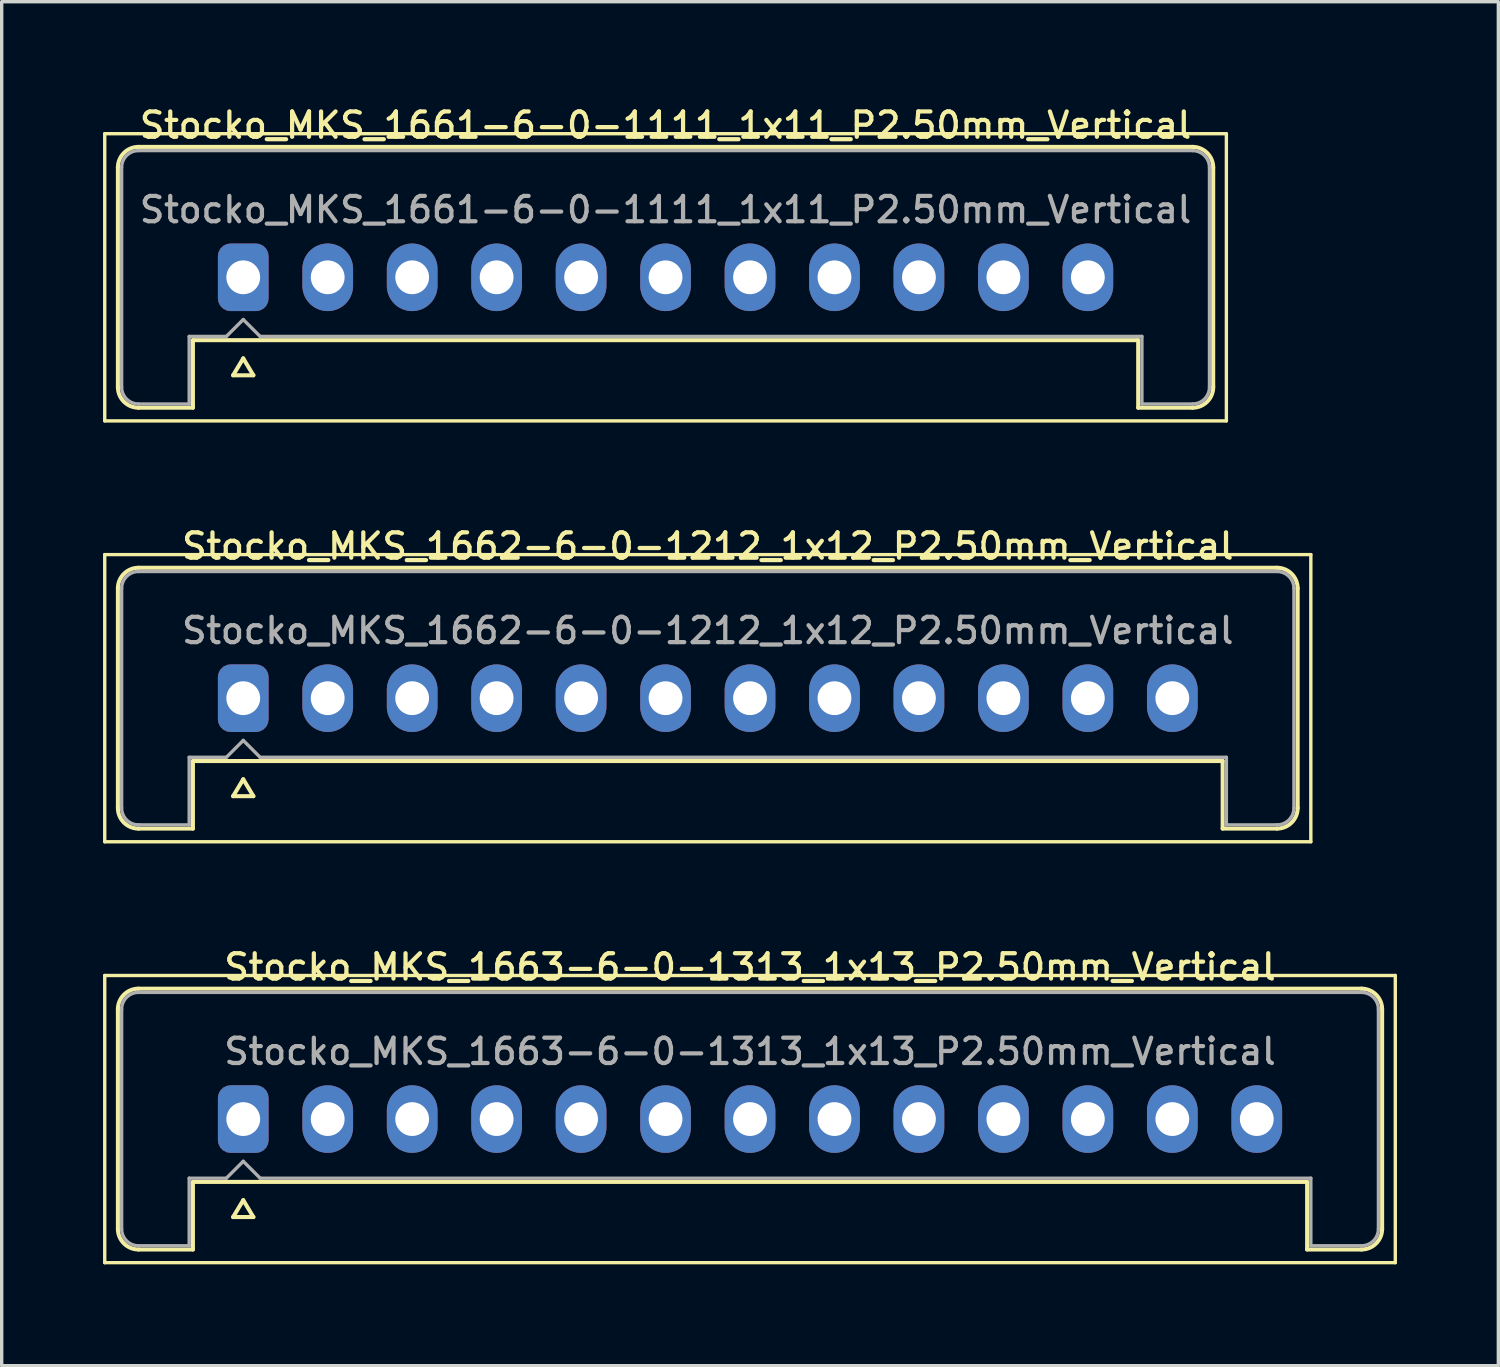
<source format=kicad_pcb>
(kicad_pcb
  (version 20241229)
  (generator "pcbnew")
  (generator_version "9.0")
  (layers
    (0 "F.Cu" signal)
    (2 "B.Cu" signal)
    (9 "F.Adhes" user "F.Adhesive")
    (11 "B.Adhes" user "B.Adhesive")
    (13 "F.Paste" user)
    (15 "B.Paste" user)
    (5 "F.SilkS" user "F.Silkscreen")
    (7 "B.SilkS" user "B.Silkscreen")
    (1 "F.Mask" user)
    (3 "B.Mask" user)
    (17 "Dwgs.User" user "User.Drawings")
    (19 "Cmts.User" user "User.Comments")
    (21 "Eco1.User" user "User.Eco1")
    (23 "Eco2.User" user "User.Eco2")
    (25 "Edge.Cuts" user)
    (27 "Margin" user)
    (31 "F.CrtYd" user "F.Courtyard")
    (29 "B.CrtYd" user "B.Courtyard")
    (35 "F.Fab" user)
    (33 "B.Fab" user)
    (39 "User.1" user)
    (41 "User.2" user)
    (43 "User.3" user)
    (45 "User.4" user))
  (footprint "Stocko_MKS_1663-6-0-1313_1x13_P2.50mm_Vertical"
    (layer "F.Cu")
    (at 4.15 30.074)
    (property "Reference" "Stocko_MKS_1663-6-0-1313_1x13_P2.50mm_Vertical" (at 15 -4.5 0) (layer "F.SilkS") (effects (font (size 0.75 0.75) (thickness 0.125))))
    (attr through_hole)
    (fp_line (start -4.1 -4.25) (end -4.1 4.25) (stroke (width 0.1) (type solid)) (layer "F.SilkS"))
    (fp_line (start -4.1 4.25) (end 34.1 4.25) (stroke (width 0.1) (type solid)) (layer "F.SilkS"))
    (fp_line (start -3.71 -3.25) (end -3.71 3.25) (stroke (width 0.12) (type solid)) (layer "F.SilkS"))
    (fp_line (start -3.1 -3.86) (end 33.1 -3.86) (stroke (width 0.12) (type solid)) (layer "F.SilkS"))
    (fp_line (start -3.1 3.86) (end -1.49 3.86) (stroke (width 0.12) (type solid)) (layer "F.SilkS"))
    (fp_line (start -1.49 1.86) (end 31.49 1.86) (stroke (width 0.12) (type solid)) (layer "F.SilkS"))
    (fp_line (start -1.49 3.86) (end -1.49 1.86) (stroke (width 0.12) (type solid)) (layer "F.SilkS"))
    (fp_line (start -0.3 2.9) (end 0.3 2.9) (stroke (width 0.12) (type solid)) (layer "F.SilkS"))
    (fp_line (start 0 2.4) (end -0.3 2.9) (stroke (width 0.12) (type solid)) (layer "F.SilkS"))
    (fp_line (start 0.3 2.9) (end 0 2.4) (stroke (width 0.12) (type solid)) (layer "F.SilkS"))
    (fp_line (start 31.49 3.86) (end 31.49 1.86) (stroke (width 0.12) (type solid)) (layer "F.SilkS"))
    (fp_line (start 33.1 3.86) (end 31.49 3.86) (stroke (width 0.12) (type solid)) (layer "F.SilkS"))
    (fp_line (start 33.71 -3.25) (end 33.71 3.25) (stroke (width 0.12) (type solid)) (layer "F.SilkS"))
    (fp_line (start 34.1 -4.25) (end -4.1 -4.25) (stroke (width 0.1) (type solid)) (layer "F.SilkS"))
    (fp_line (start 34.1 4.25) (end 34.1 -4.25) (stroke (width 0.1) (type solid)) (layer "F.SilkS"))
    (fp_arc (start -3.71 -3.25) (mid -3.531335 -3.681335) (end -3.1 -3.86) (stroke (width 0.12) (type solid)) (layer "F.SilkS"))
    (fp_arc (start -3.1 3.86) (mid -3.531335 3.681335) (end -3.71 3.25) (stroke (width 0.12) (type solid)) (layer "F.SilkS"))
    (fp_arc (start 33.1 -3.86) (mid 33.531335 -3.681335) (end 33.71 -3.25) (stroke (width 0.12) (type solid)) (layer "F.SilkS"))
    (fp_arc (start 33.71 3.25) (mid 33.531335 3.681335) (end 33.1 3.86) (stroke (width 0.12) (type solid)) (layer "F.SilkS"))
    (fp_line (start -3.6 -3.25) (end -3.6 3.25) (stroke (width 0.1) (type solid)) (layer "F.Fab"))
    (fp_line (start -3.1 -3.75) (end 33.1 -3.75) (stroke (width 0.1) (type solid)) (layer "F.Fab"))
    (fp_line (start -3.1 3.75) (end -1.6 3.75) (stroke (width 0.1) (type solid)) (layer "F.Fab"))
    (fp_line (start -1.6 1.75) (end -0.5 1.75) (stroke (width 0.1) (type solid)) (layer "F.Fab"))
    (fp_line (start -1.6 3.75) (end -1.6 1.75) (stroke (width 0.1) (type solid)) (layer "F.Fab"))
    (fp_line (start -0.5 1.75) (end 0 1.25) (stroke (width 0.1) (type solid)) (layer "F.Fab"))
    (fp_line (start 0 1.25) (end 0.5 1.75) (stroke (width 0.1) (type solid)) (layer "F.Fab"))
    (fp_line (start 0.5 1.75) (end 31.6 1.75) (stroke (width 0.1) (type solid)) (layer "F.Fab"))
    (fp_line (start 31.6 3.75) (end 31.6 1.75) (stroke (width 0.1) (type solid)) (layer "F.Fab"))
    (fp_line (start 33.1 3.75) (end 31.6 3.75) (stroke (width 0.1) (type solid)) (layer "F.Fab"))
    (fp_line (start 33.6 -3.25) (end 33.6 3.25) (stroke (width 0.1) (type solid)) (layer "F.Fab"))
    (fp_arc (start -3.6 -3.25) (mid -3.453553 -3.603553) (end -3.1 -3.75) (stroke (width 0.1) (type solid)) (layer "F.Fab"))
    (fp_arc (start -3.1 3.75) (mid -3.453553 3.603553) (end -3.6 3.25) (stroke (width 0.1) (type solid)) (layer "F.Fab"))
    (fp_arc (start 33.1 -3.75) (mid 33.453553 -3.603553) (end 33.6 -3.25) (stroke (width 0.1) (type solid)) (layer "F.Fab"))
    (fp_arc (start 33.6 3.25) (mid 33.453553 3.603553) (end 33.1 3.75) (stroke (width 0.1) (type solid)) (layer "F.Fab"))
    (fp_text user "${REFERENCE}" (at 15 -2 0) (layer "F.Fab") (effects (font (size 0.75 0.75) (thickness 0.125))))
    (pad "1" thru_hole roundrect (at 0 0) (size 1.5 2) (drill 1) (layers "*.Cu" "*.Mask") (roundrect_rratio 0.25))
    (pad "2" thru_hole oval (at 2.5 0) (size 1.5 2) (drill 1) (layers "*.Cu" "*.Mask"))
    (pad "3" thru_hole oval (at 5 0) (size 1.5 2) (drill 1) (layers "*.Cu" "*.Mask"))
    (pad "4" thru_hole oval (at 7.5 0) (size 1.5 2) (drill 1) (layers "*.Cu" "*.Mask"))
    (pad "5" thru_hole oval (at 10 0) (size 1.5 2) (drill 1) (layers "*.Cu" "*.Mask"))
    (pad "6" thru_hole oval (at 12.5 0) (size 1.5 2) (drill 1) (layers "*.Cu" "*.Mask"))
    (pad "7" thru_hole oval (at 15 0) (size 1.5 2) (drill 1) (layers "*.Cu" "*.Mask"))
    (pad "8" thru_hole oval (at 17.5 0) (size 1.5 2) (drill 1) (layers "*.Cu" "*.Mask"))
    (pad "9" thru_hole oval (at 20 0) (size 1.5 2) (drill 1) (layers "*.Cu" "*.Mask"))
    (pad "10" thru_hole oval (at 22.5 0) (size 1.5 2) (drill 1) (layers "*.Cu" "*.Mask"))
    (pad "11" thru_hole oval (at 25 0) (size 1.5 2) (drill 1) (layers "*.Cu" "*.Mask"))
    (pad "12" thru_hole oval (at 27.5 0) (size 1.5 2) (drill 1) (layers "*.Cu" "*.Mask"))
    (pad "13" thru_hole oval (at 30 0) (size 1.5 2) (drill 1) (layers "*.Cu" "*.Mask")))
  (footprint "Stocko_MKS_1661-6-0-1111_1x11_P2.50mm_Vertical"
    (layer "F.Cu")
    (at 4.15 5.158)
    (property "Reference" "Stocko_MKS_1661-6-0-1111_1x11_P2.50mm_Vertical" (at 12.5 -4.5 0) (layer "F.SilkS") (effects (font (size 0.75 0.75) (thickness 0.125))))
    (attr through_hole)
    (fp_line (start -4.1 -4.25) (end -4.1 4.25) (stroke (width 0.1) (type solid)) (layer "F.SilkS"))
    (fp_line (start -4.1 4.25) (end 29.1 4.25) (stroke (width 0.1) (type solid)) (layer "F.SilkS"))
    (fp_line (start -3.71 -3.25) (end -3.71 3.25) (stroke (width 0.12) (type solid)) (layer "F.SilkS"))
    (fp_line (start -3.1 -3.86) (end 28.1 -3.86) (stroke (width 0.12) (type solid)) (layer "F.SilkS"))
    (fp_line (start -3.1 3.86) (end -1.49 3.86) (stroke (width 0.12) (type solid)) (layer "F.SilkS"))
    (fp_line (start -1.49 1.86) (end 26.49 1.86) (stroke (width 0.12) (type solid)) (layer "F.SilkS"))
    (fp_line (start -1.49 3.86) (end -1.49 1.86) (stroke (width 0.12) (type solid)) (layer "F.SilkS"))
    (fp_line (start -0.3 2.9) (end 0.3 2.9) (stroke (width 0.12) (type solid)) (layer "F.SilkS"))
    (fp_line (start 0 2.4) (end -0.3 2.9) (stroke (width 0.12) (type solid)) (layer "F.SilkS"))
    (fp_line (start 0.3 2.9) (end 0 2.4) (stroke (width 0.12) (type solid)) (layer "F.SilkS"))
    (fp_line (start 26.49 3.86) (end 26.49 1.86) (stroke (width 0.12) (type solid)) (layer "F.SilkS"))
    (fp_line (start 28.1 3.86) (end 26.49 3.86) (stroke (width 0.12) (type solid)) (layer "F.SilkS"))
    (fp_line (start 28.71 -3.25) (end 28.71 3.25) (stroke (width 0.12) (type solid)) (layer "F.SilkS"))
    (fp_line (start 29.1 -4.25) (end -4.1 -4.25) (stroke (width 0.1) (type solid)) (layer "F.SilkS"))
    (fp_line (start 29.1 4.25) (end 29.1 -4.25) (stroke (width 0.1) (type solid)) (layer "F.SilkS"))
    (fp_arc (start -3.71 -3.25) (mid -3.531335 -3.681335) (end -3.1 -3.86) (stroke (width 0.12) (type solid)) (layer "F.SilkS"))
    (fp_arc (start -3.1 3.86) (mid -3.531335 3.681335) (end -3.71 3.25) (stroke (width 0.12) (type solid)) (layer "F.SilkS"))
    (fp_arc (start 28.1 -3.86) (mid 28.531335 -3.681335) (end 28.71 -3.25) (stroke (width 0.12) (type solid)) (layer "F.SilkS"))
    (fp_arc (start 28.71 3.25) (mid 28.531335 3.681335) (end 28.1 3.86) (stroke (width 0.12) (type solid)) (layer "F.SilkS"))
    (fp_line (start -3.6 -3.25) (end -3.6 3.25) (stroke (width 0.1) (type solid)) (layer "F.Fab"))
    (fp_line (start -3.1 -3.75) (end 28.1 -3.75) (stroke (width 0.1) (type solid)) (layer "F.Fab"))
    (fp_line (start -3.1 3.75) (end -1.6 3.75) (stroke (width 0.1) (type solid)) (layer "F.Fab"))
    (fp_line (start -1.6 1.75) (end -0.5 1.75) (stroke (width 0.1) (type solid)) (layer "F.Fab"))
    (fp_line (start -1.6 3.75) (end -1.6 1.75) (stroke (width 0.1) (type solid)) (layer "F.Fab"))
    (fp_line (start -0.5 1.75) (end 0 1.25) (stroke (width 0.1) (type solid)) (layer "F.Fab"))
    (fp_line (start 0 1.25) (end 0.5 1.75) (stroke (width 0.1) (type solid)) (layer "F.Fab"))
    (fp_line (start 0.5 1.75) (end 26.6 1.75) (stroke (width 0.1) (type solid)) (layer "F.Fab"))
    (fp_line (start 26.6 3.75) (end 26.6 1.75) (stroke (width 0.1) (type solid)) (layer "F.Fab"))
    (fp_line (start 28.1 3.75) (end 26.6 3.75) (stroke (width 0.1) (type solid)) (layer "F.Fab"))
    (fp_line (start 28.6 -3.25) (end 28.6 3.25) (stroke (width 0.1) (type solid)) (layer "F.Fab"))
    (fp_arc (start -3.6 -3.25) (mid -3.453553 -3.603553) (end -3.1 -3.75) (stroke (width 0.1) (type solid)) (layer "F.Fab"))
    (fp_arc (start -3.1 3.75) (mid -3.453553 3.603553) (end -3.6 3.25) (stroke (width 0.1) (type solid)) (layer "F.Fab"))
    (fp_arc (start 28.1 -3.75) (mid 28.453553 -3.603553) (end 28.6 -3.25) (stroke (width 0.1) (type solid)) (layer "F.Fab"))
    (fp_arc (start 28.6 3.25) (mid 28.453553 3.603553) (end 28.1 3.75) (stroke (width 0.1) (type solid)) (layer "F.Fab"))
    (fp_text user "${REFERENCE}" (at 12.5 -2 0) (layer "F.Fab") (effects (font (size 0.75 0.75) (thickness 0.125))))
    (pad "1" thru_hole roundrect (at 0 0) (size 1.5 2) (drill 1) (layers "*.Cu" "*.Mask") (roundrect_rratio 0.25))
    (pad "2" thru_hole oval (at 2.5 0) (size 1.5 2) (drill 1) (layers "*.Cu" "*.Mask"))
    (pad "3" thru_hole oval (at 5 0) (size 1.5 2) (drill 1) (layers "*.Cu" "*.Mask"))
    (pad "4" thru_hole oval (at 7.5 0) (size 1.5 2) (drill 1) (layers "*.Cu" "*.Mask"))
    (pad "5" thru_hole oval (at 10 0) (size 1.5 2) (drill 1) (layers "*.Cu" "*.Mask"))
    (pad "6" thru_hole oval (at 12.5 0) (size 1.5 2) (drill 1) (layers "*.Cu" "*.Mask"))
    (pad "7" thru_hole oval (at 15 0) (size 1.5 2) (drill 1) (layers "*.Cu" "*.Mask"))
    (pad "8" thru_hole oval (at 17.5 0) (size 1.5 2) (drill 1) (layers "*.Cu" "*.Mask"))
    (pad "9" thru_hole oval (at 20 0) (size 1.5 2) (drill 1) (layers "*.Cu" "*.Mask"))
    (pad "10" thru_hole oval (at 22.5 0) (size 1.5 2) (drill 1) (layers "*.Cu" "*.Mask"))
    (pad "11" thru_hole oval (at 25 0) (size 1.5 2) (drill 1) (layers "*.Cu" "*.Mask")))
  (footprint "Stocko_MKS_1662-6-0-1212_1x12_P2.50mm_Vertical"
    (layer "F.Cu")
    (at 4.15 17.616)
    (property "Reference" "Stocko_MKS_1662-6-0-1212_1x12_P2.50mm_Vertical" (at 13.75 -4.5 0) (layer "F.SilkS") (effects (font (size 0.75 0.75) (thickness 0.125))))
    (attr through_hole)
    (fp_line (start -4.1 -4.25) (end -4.1 4.25) (stroke (width 0.1) (type solid)) (layer "F.SilkS"))
    (fp_line (start -4.1 4.25) (end 31.6 4.25) (stroke (width 0.1) (type solid)) (layer "F.SilkS"))
    (fp_line (start -3.71 -3.25) (end -3.71 3.25) (stroke (width 0.12) (type solid)) (layer "F.SilkS"))
    (fp_line (start -3.1 -3.86) (end 30.6 -3.86) (stroke (width 0.12) (type solid)) (layer "F.SilkS"))
    (fp_line (start -3.1 3.86) (end -1.49 3.86) (stroke (width 0.12) (type solid)) (layer "F.SilkS"))
    (fp_line (start -1.49 1.86) (end 28.99 1.86) (stroke (width 0.12) (type solid)) (layer "F.SilkS"))
    (fp_line (start -1.49 3.86) (end -1.49 1.86) (stroke (width 0.12) (type solid)) (layer "F.SilkS"))
    (fp_line (start -0.3 2.9) (end 0.3 2.9) (stroke (width 0.12) (type solid)) (layer "F.SilkS"))
    (fp_line (start 0 2.4) (end -0.3 2.9) (stroke (width 0.12) (type solid)) (layer "F.SilkS"))
    (fp_line (start 0.3 2.9) (end 0 2.4) (stroke (width 0.12) (type solid)) (layer "F.SilkS"))
    (fp_line (start 28.99 3.86) (end 28.99 1.86) (stroke (width 0.12) (type solid)) (layer "F.SilkS"))
    (fp_line (start 30.6 3.86) (end 28.99 3.86) (stroke (width 0.12) (type solid)) (layer "F.SilkS"))
    (fp_line (start 31.21 -3.25) (end 31.21 3.25) (stroke (width 0.12) (type solid)) (layer "F.SilkS"))
    (fp_line (start 31.6 -4.25) (end -4.1 -4.25) (stroke (width 0.1) (type solid)) (layer "F.SilkS"))
    (fp_line (start 31.6 4.25) (end 31.6 -4.25) (stroke (width 0.1) (type solid)) (layer "F.SilkS"))
    (fp_arc (start -3.71 -3.25) (mid -3.531335 -3.681335) (end -3.1 -3.86) (stroke (width 0.12) (type solid)) (layer "F.SilkS"))
    (fp_arc (start -3.1 3.86) (mid -3.531335 3.681335) (end -3.71 3.25) (stroke (width 0.12) (type solid)) (layer "F.SilkS"))
    (fp_arc (start 30.6 -3.86) (mid 31.031335 -3.681335) (end 31.21 -3.25) (stroke (width 0.12) (type solid)) (layer "F.SilkS"))
    (fp_arc (start 31.21 3.25) (mid 31.031335 3.681335) (end 30.6 3.86) (stroke (width 0.12) (type solid)) (layer "F.SilkS"))
    (fp_line (start -3.6 -3.25) (end -3.6 3.25) (stroke (width 0.1) (type solid)) (layer "F.Fab"))
    (fp_line (start -3.1 -3.75) (end 30.6 -3.75) (stroke (width 0.1) (type solid)) (layer "F.Fab"))
    (fp_line (start -3.1 3.75) (end -1.6 3.75) (stroke (width 0.1) (type solid)) (layer "F.Fab"))
    (fp_line (start -1.6 1.75) (end -0.5 1.75) (stroke (width 0.1) (type solid)) (layer "F.Fab"))
    (fp_line (start -1.6 3.75) (end -1.6 1.75) (stroke (width 0.1) (type solid)) (layer "F.Fab"))
    (fp_line (start -0.5 1.75) (end 0 1.25) (stroke (width 0.1) (type solid)) (layer "F.Fab"))
    (fp_line (start 0 1.25) (end 0.5 1.75) (stroke (width 0.1) (type solid)) (layer "F.Fab"))
    (fp_line (start 0.5 1.75) (end 29.1 1.75) (stroke (width 0.1) (type solid)) (layer "F.Fab"))
    (fp_line (start 29.1 3.75) (end 29.1 1.75) (stroke (width 0.1) (type solid)) (layer "F.Fab"))
    (fp_line (start 30.6 3.75) (end 29.1 3.75) (stroke (width 0.1) (type solid)) (layer "F.Fab"))
    (fp_line (start 31.1 -3.25) (end 31.1 3.25) (stroke (width 0.1) (type solid)) (layer "F.Fab"))
    (fp_arc (start -3.6 -3.25) (mid -3.453553 -3.603553) (end -3.1 -3.75) (stroke (width 0.1) (type solid)) (layer "F.Fab"))
    (fp_arc (start -3.1 3.75) (mid -3.453553 3.603553) (end -3.6 3.25) (stroke (width 0.1) (type solid)) (layer "F.Fab"))
    (fp_arc (start 30.6 -3.75) (mid 30.953553 -3.603553) (end 31.1 -3.25) (stroke (width 0.1) (type solid)) (layer "F.Fab"))
    (fp_arc (start 31.1 3.25) (mid 30.953553 3.603553) (end 30.6 3.75) (stroke (width 0.1) (type solid)) (layer "F.Fab"))
    (fp_text user "${REFERENCE}" (at 13.75 -2 0) (layer "F.Fab") (effects (font (size 0.75 0.75) (thickness 0.125))))
    (pad "1" thru_hole roundrect (at 0 0) (size 1.5 2) (drill 1) (layers "*.Cu" "*.Mask") (roundrect_rratio 0.25))
    (pad "2" thru_hole oval (at 2.5 0) (size 1.5 2) (drill 1) (layers "*.Cu" "*.Mask"))
    (pad "3" thru_hole oval (at 5 0) (size 1.5 2) (drill 1) (layers "*.Cu" "*.Mask"))
    (pad "4" thru_hole oval (at 7.5 0) (size 1.5 2) (drill 1) (layers "*.Cu" "*.Mask"))
    (pad "5" thru_hole oval (at 10 0) (size 1.5 2) (drill 1) (layers "*.Cu" "*.Mask"))
    (pad "6" thru_hole oval (at 12.5 0) (size 1.5 2) (drill 1) (layers "*.Cu" "*.Mask"))
    (pad "7" thru_hole oval (at 15 0) (size 1.5 2) (drill 1) (layers "*.Cu" "*.Mask"))
    (pad "8" thru_hole oval (at 17.5 0) (size 1.5 2) (drill 1) (layers "*.Cu" "*.Mask"))
    (pad "9" thru_hole oval (at 20 0) (size 1.5 2) (drill 1) (layers "*.Cu" "*.Mask"))
    (pad "10" thru_hole oval (at 22.5 0) (size 1.5 2) (drill 1) (layers "*.Cu" "*.Mask"))
    (pad "11" thru_hole oval (at 25 0) (size 1.5 2) (drill 1) (layers "*.Cu" "*.Mask"))
    (pad "12" thru_hole oval (at 27.5 0) (size 1.5 2) (drill 1) (layers "*.Cu" "*.Mask")))
  (gr_rect
    (start -3 -3)
    (end 41.3 37.374)
    (stroke (width 0.1) (type default))
    (fill no)
    (layer "Edge.Cuts")))
</source>
